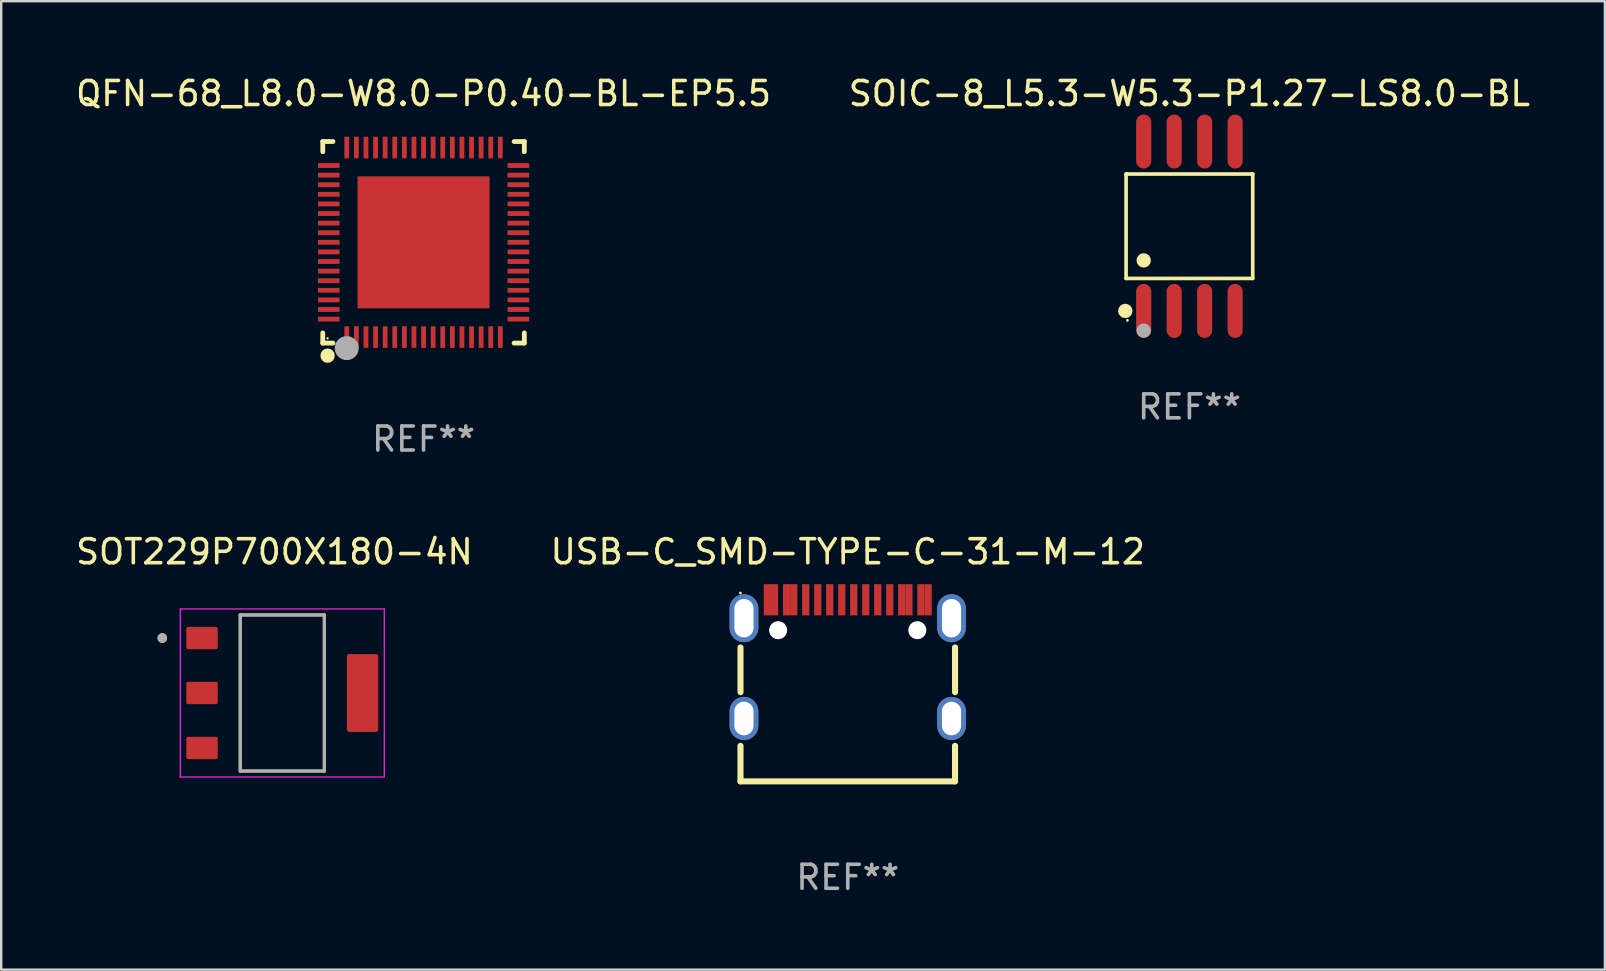
<source format=kicad_pcb>
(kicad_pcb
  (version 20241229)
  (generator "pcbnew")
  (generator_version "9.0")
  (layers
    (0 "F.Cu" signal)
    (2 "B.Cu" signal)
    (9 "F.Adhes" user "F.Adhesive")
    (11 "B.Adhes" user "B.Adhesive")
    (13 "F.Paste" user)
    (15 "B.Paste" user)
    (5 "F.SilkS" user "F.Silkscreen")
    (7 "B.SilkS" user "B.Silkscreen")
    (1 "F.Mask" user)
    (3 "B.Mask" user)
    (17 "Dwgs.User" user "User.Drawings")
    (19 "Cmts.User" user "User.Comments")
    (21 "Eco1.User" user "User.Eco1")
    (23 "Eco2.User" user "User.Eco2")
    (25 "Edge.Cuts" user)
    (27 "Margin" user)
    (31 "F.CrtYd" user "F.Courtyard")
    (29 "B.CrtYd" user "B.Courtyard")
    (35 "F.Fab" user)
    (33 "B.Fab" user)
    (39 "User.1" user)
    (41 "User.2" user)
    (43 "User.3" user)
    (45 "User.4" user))
  (footprint "SOIC-8_L5.3-W5.3-P1.27-LS8.0-BL"
    (layer "F.Cu")
    (at 46.518 6.378)
    (property "Reference" "SOIC-8_L5.3-W5.3-P1.27-LS8.0-BL" (at 0 -5.53 0) (layer "F.SilkS") (effects (font (size 1 1) (thickness 0.15))))
    (attr smd)
    (fp_line (start -2.639 -2.176) (end 2.639 -2.176) (stroke (width 0.152) (type solid)) (layer "F.SilkS"))
    (fp_line (start -2.639 2.176) (end -2.639 -2.176) (stroke (width 0.152) (type solid)) (layer "F.SilkS"))
    (fp_line (start 2.639 -2.176) (end 2.639 2.176) (stroke (width 0.152) (type solid)) (layer "F.SilkS"))
    (fp_line (start 2.639 2.176) (end -2.639 2.176) (stroke (width 0.152) (type solid)) (layer "F.SilkS"))
    (fp_circle (center -2.672 3.53) (end -2.522 3.53) (stroke (width 0.3) (type solid)) (fill no) (layer "F.SilkS"))
    (fp_circle (center -2.585 3.92) (end -2.555 3.92) (stroke (width 0.06) (type solid)) (fill no) (layer "F.SilkS"))
    (fp_circle (center -1.905 1.424) (end -1.755 1.424) (stroke (width 0.3) (type solid)) (fill no) (layer "F.SilkS"))
    (fp_circle (center -1.905 4.35) (end -1.755 4.35) (stroke (width 0.3) (type solid)) (fill no) (layer "F.Fab"))
    (fp_text user "REF**" (at 0 7.53 0) (layer "F.Fab") (effects (font (size 1 1) (thickness 0.15))))
    (pad "1" smd oval (at -1.905 3.53) (size 0.63 2.25) (layers "F.Cu" "F.Mask" "F.Paste"))
    (pad "2" smd oval (at -0.635 3.53) (size 0.63 2.25) (layers "F.Cu" "F.Mask" "F.Paste"))
    (pad "3" smd oval (at 0.635 3.53) (size 0.63 2.25) (layers "F.Cu" "F.Mask" "F.Paste"))
    (pad "4" smd oval (at 1.905 3.53) (size 0.63 2.25) (layers "F.Cu" "F.Mask" "F.Paste"))
    (pad "5" smd oval (at 1.905 -3.53) (size 0.63 2.25) (layers "F.Cu" "F.Mask" "F.Paste"))
    (pad "6" smd oval (at 0.635 -3.53) (size 0.63 2.25) (layers "F.Cu" "F.Mask" "F.Paste"))
    (pad "7" smd oval (at -0.635 -3.53) (size 0.63 2.25) (layers "F.Cu" "F.Mask" "F.Paste"))
    (pad "8" smd oval (at -1.905 -3.53) (size 0.63 2.25) (layers "F.Cu" "F.Mask" "F.Paste")))
  (footprint "QFN-68_L8.0-W8.0-P0.40-BL-EP5.5"
    (layer "F.Cu")
    (at 14.601 7.048)
    (property "Reference" "QFN-68_L8.0-W8.0-P0.40-BL-EP5.5" (at 0.000038 -6.2 0) (layer "F.SilkS") (effects (font (size 1 1) (thickness 0.15))))
    (attr smd)
    (fp_line (start -4.2 -4.2) (end -4.2 -3.775) (stroke (width 0.2) (type solid)) (layer "F.SilkS"))
    (fp_line (start -4.2 4.2) (end -4.2 3.775) (stroke (width 0.2) (type solid)) (layer "F.SilkS"))
    (fp_line (start -3.775 -4.2) (end -4.2 -4.2) (stroke (width 0.2) (type solid)) (layer "F.SilkS"))
    (fp_line (start -3.775 4.2) (end -4.2 4.2) (stroke (width 0.2) (type solid)) (layer "F.SilkS"))
    (fp_line (start 3.775 4.2) (end 4.2 4.2) (stroke (width 0.2) (type solid)) (layer "F.SilkS"))
    (fp_line (start 4.2 -4.2) (end 3.775 -4.2) (stroke (width 0.2) (type solid)) (layer "F.SilkS"))
    (fp_line (start 4.2 -3.775) (end 4.2 -4.2) (stroke (width 0.2) (type solid)) (layer "F.SilkS"))
    (fp_line (start 4.2 4.2) (end 4.2 3.775) (stroke (width 0.2) (type solid)) (layer "F.SilkS"))
    (fp_arc (start -3.997917 4.574575) (mid -3.999397 4.874594) (end -4.000038 4.574572) (stroke (width 0.3) (type solid)) (layer "F.SilkS"))
    (fp_circle (center -4 4) (end -3.974 4) (stroke (width 0.05) (type solid)) (fill no) (layer "F.SilkS"))
    (fp_circle (center -3.2 4.41) (end -2.95 4.41) (stroke (width 0.5) (type solid)) (fill no) (layer "F.Fab"))
    (fp_text user "REF**" (at 0.000038 8.2 0) (layer "F.Fab") (effects (font (size 1 1) (thickness 0.15))))
    (pad "1" smd rect (at -3.2 3.95) (size 0.2 0.9) (layers "F.Cu" "F.Mask" "F.Paste"))
    (pad "2" smd rect (at -2.8 3.95) (size 0.2 0.9) (layers "F.Cu" "F.Mask" "F.Paste"))
    (pad "3" smd rect (at -2.4 3.95) (size 0.2 0.9) (layers "F.Cu" "F.Mask" "F.Paste"))
    (pad "4" smd rect (at -2 3.95) (size 0.2 0.9) (layers "F.Cu" "F.Mask" "F.Paste"))
    (pad "5" smd rect (at -1.6 3.95) (size 0.2 0.9) (layers "F.Cu" "F.Mask" "F.Paste"))
    (pad "6" smd rect (at -1.2 3.95) (size 0.2 0.9) (layers "F.Cu" "F.Mask" "F.Paste"))
    (pad "7" smd rect (at -0.8 3.95) (size 0.2 0.9) (layers "F.Cu" "F.Mask" "F.Paste"))
    (pad "8" smd rect (at -0.4 3.95) (size 0.2 0.9) (layers "F.Cu" "F.Mask" "F.Paste"))
    (pad "9" smd rect (at 0 3.95) (size 0.2 0.9) (layers "F.Cu" "F.Mask" "F.Paste"))
    (pad "10" smd rect (at 0.4 3.95) (size 0.2 0.9) (layers "F.Cu" "F.Mask" "F.Paste"))
    (pad "11" smd rect (at 0.8 3.95) (size 0.2 0.9) (layers "F.Cu" "F.Mask" "F.Paste"))
    (pad "12" smd rect (at 1.2 3.95) (size 0.2 0.9) (layers "F.Cu" "F.Mask" "F.Paste"))
    (pad "13" smd rect (at 1.6 3.95) (size 0.2 0.9) (layers "F.Cu" "F.Mask" "F.Paste"))
    (pad "14" smd rect (at 2 3.95) (size 0.2 0.9) (layers "F.Cu" "F.Mask" "F.Paste"))
    (pad "15" smd rect (at 2.4 3.95) (size 0.2 0.9) (layers "F.Cu" "F.Mask" "F.Paste"))
    (pad "16" smd rect (at 2.8 3.95) (size 0.2 0.9) (layers "F.Cu" "F.Mask" "F.Paste"))
    (pad "17" smd rect (at 3.2 3.95) (size 0.2 0.9) (layers "F.Cu" "F.Mask" "F.Paste"))
    (pad "18" smd rect (at 3.95 3.2) (size 0.9 0.2) (layers "F.Cu" "F.Mask" "F.Paste"))
    (pad "19" smd rect (at 3.95 2.8) (size 0.9 0.2) (layers "F.Cu" "F.Mask" "F.Paste"))
    (pad "20" smd rect (at 3.95 2.4) (size 0.9 0.2) (layers "F.Cu" "F.Mask" "F.Paste"))
    (pad "21" smd rect (at 3.95 2) (size 0.9 0.2) (layers "F.Cu" "F.Mask" "F.Paste"))
    (pad "22" smd rect (at 3.95 1.6) (size 0.9 0.2) (layers "F.Cu" "F.Mask" "F.Paste"))
    (pad "23" smd rect (at 3.95 1.2) (size 0.9 0.2) (layers "F.Cu" "F.Mask" "F.Paste"))
    (pad "24" smd rect (at 3.95 0.8) (size 0.9 0.2) (layers "F.Cu" "F.Mask" "F.Paste"))
    (pad "25" smd rect (at 3.95 0.4) (size 0.9 0.2) (layers "F.Cu" "F.Mask" "F.Paste"))
    (pad "26" smd rect (at 3.95 0.000127) (size 0.9 0.2) (layers "F.Cu" "F.Mask" "F.Paste"))
    (pad "27" smd rect (at 3.95 -0.4) (size 0.9 0.2) (layers "F.Cu" "F.Mask" "F.Paste"))
    (pad "28" smd rect (at 3.95 -0.8) (size 0.9 0.2) (layers "F.Cu" "F.Mask" "F.Paste"))
    (pad "29" smd rect (at 3.95 -1.2) (size 0.9 0.2) (layers "F.Cu" "F.Mask" "F.Paste"))
    (pad "30" smd rect (at 3.95 -1.6) (size 0.9 0.2) (layers "F.Cu" "F.Mask" "F.Paste"))
    (pad "31" smd rect (at 3.95 -2) (size 0.9 0.2) (layers "F.Cu" "F.Mask" "F.Paste"))
    (pad "32" smd rect (at 3.95 -2.4) (size 0.9 0.2) (layers "F.Cu" "F.Mask" "F.Paste"))
    (pad "33" smd rect (at 3.95 -2.8) (size 0.9 0.2) (layers "F.Cu" "F.Mask" "F.Paste"))
    (pad "34" smd rect (at 3.95 -3.2) (size 0.9 0.2) (layers "F.Cu" "F.Mask" "F.Paste"))
    (pad "35" smd rect (at 3.2 -3.95) (size 0.2 0.9) (layers "F.Cu" "F.Mask" "F.Paste"))
    (pad "36" smd rect (at 2.8 -3.95) (size 0.2 0.9) (layers "F.Cu" "F.Mask" "F.Paste"))
    (pad "37" smd rect (at 2.4 -3.95) (size 0.2 0.9) (layers "F.Cu" "F.Mask" "F.Paste"))
    (pad "38" smd rect (at 2 -3.95) (size 0.2 0.9) (layers "F.Cu" "F.Mask" "F.Paste"))
    (pad "39" smd rect (at 1.6 -3.95) (size 0.2 0.9) (layers "F.Cu" "F.Mask" "F.Paste"))
    (pad "40" smd rect (at 1.2 -3.95) (size 0.2 0.9) (layers "F.Cu" "F.Mask" "F.Paste"))
    (pad "41" smd rect (at 0.8 -3.95) (size 0.2 0.9) (layers "F.Cu" "F.Mask" "F.Paste"))
    (pad "42" smd rect (at 0.4 -3.95) (size 0.2 0.9) (layers "F.Cu" "F.Mask" "F.Paste"))
    (pad "43" smd rect (at 0 -3.95) (size 0.2 0.9) (layers "F.Cu" "F.Mask" "F.Paste"))
    (pad "44" smd rect (at -0.4 -3.95) (size 0.2 0.9) (layers "F.Cu" "F.Mask" "F.Paste"))
    (pad "45" smd rect (at -0.8 -3.95) (size 0.2 0.9) (layers "F.Cu" "F.Mask" "F.Paste"))
    (pad "46" smd rect (at -1.2 -3.95) (size 0.2 0.9) (layers "F.Cu" "F.Mask" "F.Paste"))
    (pad "47" smd rect (at -1.6 -3.95) (size 0.2 0.9) (layers "F.Cu" "F.Mask" "F.Paste"))
    (pad "48" smd rect (at -2 -3.95) (size 0.2 0.9) (layers "F.Cu" "F.Mask" "F.Paste"))
    (pad "49" smd rect (at -2.4 -3.95) (size 0.2 0.9) (layers "F.Cu" "F.Mask" "F.Paste"))
    (pad "50" smd rect (at -2.8 -3.95) (size 0.2 0.9) (layers "F.Cu" "F.Mask" "F.Paste"))
    (pad "51" smd rect (at -3.2 -3.95) (size 0.2 0.9) (layers "F.Cu" "F.Mask" "F.Paste"))
    (pad "52" smd rect (at -3.95 -3.2) (size 0.9 0.2) (layers "F.Cu" "F.Mask" "F.Paste"))
    (pad "53" smd rect (at -3.95 -2.8) (size 0.9 0.2) (layers "F.Cu" "F.Mask" "F.Paste"))
    (pad "54" smd rect (at -3.95 -2.4) (size 0.9 0.2) (layers "F.Cu" "F.Mask" "F.Paste"))
    (pad "55" smd rect (at -3.95 -2) (size 0.9 0.2) (layers "F.Cu" "F.Mask" "F.Paste"))
    (pad "56" smd rect (at -3.95 -1.6) (size 0.9 0.2) (layers "F.Cu" "F.Mask" "F.Paste"))
    (pad "57" smd rect (at -3.95 -1.2) (size 0.9 0.2) (layers "F.Cu" "F.Mask" "F.Paste"))
    (pad "58" smd rect (at -3.95 -0.8) (size 0.9 0.2) (layers "F.Cu" "F.Mask" "F.Paste"))
    (pad "59" smd rect (at -3.95 -0.4) (size 0.9 0.2) (layers "F.Cu" "F.Mask" "F.Paste"))
    (pad "60" smd rect (at -3.95 0.000127) (size 0.9 0.2) (layers "F.Cu" "F.Mask" "F.Paste"))
    (pad "61" smd rect (at -3.95 0.4) (size 0.9 0.2) (layers "F.Cu" "F.Mask" "F.Paste"))
    (pad "62" smd rect (at -3.95 0.8) (size 0.9 0.2) (layers "F.Cu" "F.Mask" "F.Paste"))
    (pad "63" smd rect (at -3.95 1.2) (size 0.9 0.2) (layers "F.Cu" "F.Mask" "F.Paste"))
    (pad "64" smd rect (at -3.95 1.6) (size 0.9 0.2) (layers "F.Cu" "F.Mask" "F.Paste"))
    (pad "65" smd rect (at -3.95 2) (size 0.9 0.2) (layers "F.Cu" "F.Mask" "F.Paste"))
    (pad "66" smd rect (at -3.95 2.4) (size 0.9 0.2) (layers "F.Cu" "F.Mask" "F.Paste"))
    (pad "67" smd rect (at -3.95 2.8) (size 0.9 0.2) (layers "F.Cu" "F.Mask" "F.Paste"))
    (pad "68" smd rect (at -3.95 3.2) (size 0.9 0.2) (layers "F.Cu" "F.Mask" "F.Paste"))
    (pad "69" smd rect (at 0 0.000127) (size 5.5 5.5) (layers "F.Cu" "F.Mask" "F.Paste")))
  (footprint "USB-C_SMD-TYPE-C-31-M-12"
    (layer "F.Cu")
    (at 32.279 24.419)
    (property "Reference" "USB-C_SMD-TYPE-C-31-M-12" (at 0.001 -4.474 0) (layer "F.SilkS") (effects (font (size 1 1) (thickness 0.15))))
    (attr through_hole)
    (fp_line (start -4.469 1.376) (end -4.469 -0.487) (stroke (width 0.254) (type solid)) (layer "F.SilkS"))
    (fp_line (start -4.469 5.094) (end -4.469 3.613) (stroke (width 0.254) (type solid)) (layer "F.SilkS"))
    (fp_line (start 4.471 1.376) (end 4.471 -0.488) (stroke (width 0.254) (type solid)) (layer "F.SilkS"))
    (fp_line (start 4.471 5.094) (end -4.469 5.094) (stroke (width 0.254) (type solid)) (layer "F.SilkS"))
    (fp_line (start 4.471 5.094) (end 4.471 3.612) (stroke (width 0.254) (type solid)) (layer "F.SilkS"))
    (fp_circle (center -4.475 -2.756) (end -4.445 -2.756) (stroke (width 0.06) (type solid)) (fill no) (layer "F.SilkS"))
    (fp_circle (center -2.9 -1.206) (end -2.775 -1.206) (stroke (width 0.25) (type solid)) (fill no) (layer "F.Fab"))
    (fp_circle (center 2.9 -1.206) (end 3.025 -1.206) (stroke (width 0.25) (type solid)) (fill no) (layer "F.Fab"))
    (fp_text user "REF**" (at 0.001 9.094 0) (layer "F.Fab") (effects (font (size 1 1) (thickness 0.15))))
    (pad "" np_thru_hole circle (at -2.9 -1.206) (size 0.75 0.75) (drill 0.75) (layers "*.Cu" "*.Mask"))
    (pad "" np_thru_hole circle (at 2.9 -1.206) (size 0.75 0.75) (drill 0.75) (layers "*.Cu" "*.Mask"))
    (pad "0" thru_hole oval (at -4.325 -1.706) (size 1.2 2) (drill oval 0.8 1.6) (layers "*.Cu" "*.Mask"))
    (pad "1" thru_hole oval (at 4.325 -1.706) (size 1.2 2) (drill oval 0.8 1.6) (layers "*.Cu" "*.Mask"))
    (pad "2" thru_hole oval (at 4.325 2.474) (size 1.2 1.8) (drill oval 0.8 1.4) (layers "*.Cu" "*.Mask"))
    (pad "3" thru_hole oval (at -4.325 2.474) (size 1.2 1.8) (drill oval 0.8 1.4) (layers "*.Cu" "*.Mask"))
    (pad "A1" smd rect (at -3.35 -2.474) (size 0.3 1.3) (layers "F.Cu" "F.Mask" "F.Paste"))
    (pad "A4" smd rect (at -2.55 -2.474) (size 0.3 1.3) (layers "F.Cu" "F.Mask" "F.Paste"))
    (pad "A5" smd rect (at -1.25 -2.474) (size 0.3 1.3) (layers "F.Cu" "F.Mask" "F.Paste"))
    (pad "A6" smd rect (at -0.25 -2.474) (size 0.3 1.3) (layers "F.Cu" "F.Mask" "F.Paste"))
    (pad "A7" smd rect (at 0.25 -2.474) (size 0.3 1.3) (layers "F.Cu" "F.Mask" "F.Paste"))
    (pad "A8" smd rect (at 1.25 -2.474) (size 0.3 1.3) (layers "F.Cu" "F.Mask" "F.Paste"))
    (pad "A9" smd rect (at 2.55 -2.474) (size 0.3 1.3) (layers "F.Cu" "F.Mask" "F.Paste"))
    (pad "A12" smd rect (at 3.35 -2.474) (size 0.3 1.3) (layers "F.Cu" "F.Mask" "F.Paste"))
    (pad "B1" smd rect (at 3.05 -2.474) (size 0.3 1.3) (layers "F.Cu" "F.Mask" "F.Paste"))
    (pad "B4" smd rect (at 2.25 -2.474) (size 0.3 1.3) (layers "F.Cu" "F.Mask" "F.Paste"))
    (pad "B5" smd rect (at 1.75 -2.474) (size 0.3 1.3) (layers "F.Cu" "F.Mask" "F.Paste"))
    (pad "B6" smd rect (at 0.75 -2.474) (size 0.3 1.3) (layers "F.Cu" "F.Mask" "F.Paste"))
    (pad "B7" smd rect (at -0.75 -2.474) (size 0.3 1.3) (layers "F.Cu" "F.Mask" "F.Paste"))
    (pad "B8" smd rect (at -1.75 -2.474) (size 0.3 1.3) (layers "F.Cu" "F.Mask" "F.Paste"))
    (pad "B9" smd rect (at -2.25 -2.474) (size 0.3 1.3) (layers "F.Cu" "F.Mask" "F.Paste"))
    (pad "B12" smd rect (at -3.05 -2.474) (size 0.3 1.3) (layers "F.Cu" "F.Mask" "F.Paste")))
  (footprint "SOT229P700X180-4N"
    (layer "F.Cu")
    (at 8.714 25.83)
    (property "Reference" "SOT229P700X180-4N" (at -0.328 -5.885 0) (layer "F.SilkS") (effects (font (size 1 1) (thickness 0.15))))
    (attr smd)
    (fp_line (start -1.752 -3.252) (end 1.752 -3.252) (stroke (width 0.127) (type solid)) (layer "F.SilkS"))
    (fp_line (start -1.752 3.252) (end -1.752 -3.252) (stroke (width 0.127) (type solid)) (layer "F.SilkS"))
    (fp_line (start 1.752 -3.252) (end 1.752 3.252) (stroke (width 0.127) (type solid)) (layer "F.SilkS"))
    (fp_line (start 1.752 3.252) (end -1.752 3.252) (stroke (width 0.127) (type solid)) (layer "F.SilkS"))
    (fp_circle (center -5 -2.29) (end -4.9 -2.29) (stroke (width 0.2) (type solid)) (fill no) (layer "F.SilkS"))
    (fp_line (start -4.25 -3.502) (end -4.25 3.502) (stroke (width 0.05) (type solid)) (layer "F.CrtYd"))
    (fp_line (start -4.25 3.502) (end 4.25 3.502) (stroke (width 0.05) (type solid)) (layer "F.CrtYd"))
    (fp_line (start 4.25 -3.502) (end -4.25 -3.502) (stroke (width 0.05) (type solid)) (layer "F.CrtYd"))
    (fp_line (start 4.25 3.502) (end 4.25 -3.502) (stroke (width 0.05) (type solid)) (layer "F.CrtYd"))
    (fp_line (start -1.752 -3.252) (end 1.752 -3.252) (stroke (width 0.127) (type solid)) (layer "F.Fab"))
    (fp_line (start -1.752 3.252) (end -1.752 -3.252) (stroke (width 0.127) (type solid)) (layer "F.Fab"))
    (fp_line (start 1.752 -3.252) (end 1.752 3.252) (stroke (width 0.127) (type solid)) (layer "F.Fab"))
    (fp_line (start 1.752 3.252) (end -1.752 3.252) (stroke (width 0.127) (type solid)) (layer "F.Fab"))
    (fp_circle (center -5 -2.29) (end -4.9 -2.29) (stroke (width 0.2) (type solid)) (fill no) (layer "F.Fab"))
    (pad "1" smd roundrect (at -3.345 -2.29) (size 1.31 0.93) (layers "F.Cu" "F.Mask" "F.Paste") (roundrect_rratio 0.075))
    (pad "2" smd roundrect (at -3.345 0) (size 1.31 0.93) (layers "F.Cu" "F.Mask" "F.Paste") (roundrect_rratio 0.075))
    (pad "3" smd roundrect (at -3.345 2.29) (size 1.31 0.93) (layers "F.Cu" "F.Mask" "F.Paste") (roundrect_rratio 0.075))
    (pad "4" smd roundrect (at 3.345 0) (size 1.31 3.24) (layers "F.Cu" "F.Mask" "F.Paste") (roundrect_rratio 0.075)))
  (gr_rect
    (start -3 -3)
    (end 63.833 37.361)
    (stroke (width 0.1) (type default))
    (fill no)
    (layer "Edge.Cuts")))
</source>
